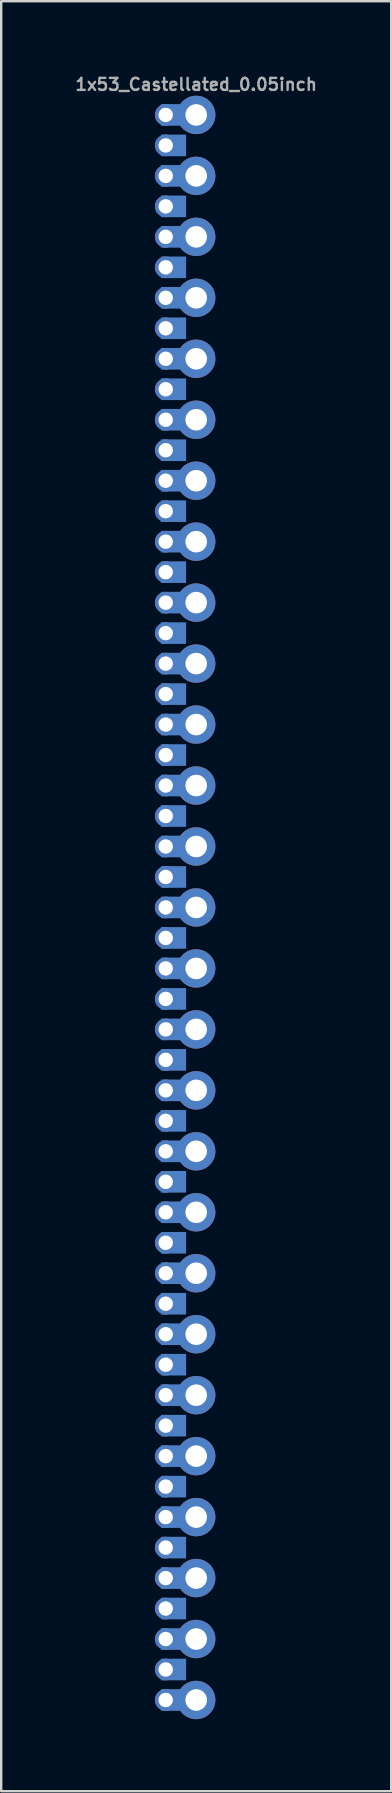
<source format=kicad_pcb>
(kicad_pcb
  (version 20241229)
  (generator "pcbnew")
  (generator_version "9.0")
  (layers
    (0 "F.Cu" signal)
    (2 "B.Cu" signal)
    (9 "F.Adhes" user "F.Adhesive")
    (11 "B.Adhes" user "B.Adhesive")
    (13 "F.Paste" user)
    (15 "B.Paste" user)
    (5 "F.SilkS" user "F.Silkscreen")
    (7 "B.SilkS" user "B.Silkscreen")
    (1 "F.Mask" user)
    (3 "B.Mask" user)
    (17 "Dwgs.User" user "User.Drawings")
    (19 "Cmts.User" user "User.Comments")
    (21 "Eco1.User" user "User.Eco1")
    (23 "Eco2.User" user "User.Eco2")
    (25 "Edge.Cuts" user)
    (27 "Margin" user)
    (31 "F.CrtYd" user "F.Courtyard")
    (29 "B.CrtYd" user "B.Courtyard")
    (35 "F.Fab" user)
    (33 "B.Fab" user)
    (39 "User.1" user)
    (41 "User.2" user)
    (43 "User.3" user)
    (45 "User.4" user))
  (footprint "1x53_Castellated_0.05inch"
    (layer "F.Cu")
    (at 5.124 67.778)
    (property "Reference" "1x53_Castellated_0.05inch" (at 0 -67.31 0) (layer "F.Fab") (effects (font (size 0.5 0.5) (thickness 0.1))))
    (pad "1" thru_hole circle (at -1.27 0) (size 0.9 0.9) (drill 0.6) (property pad_prop_castellated) (layers "*.Cu" "*.Mask") (remove_unused_layers yes) (keep_end_layers yes) (zone_layer_connections))
    (pad "1" smd rect (at -0.945 0) (size 1.05 0.9) (property pad_prop_castellated) (layers "B.Cu" "B.Mask"))
    (pad "1" thru_hole circle (at 0 0 90) (size 1.6 1.6) (drill 0.9) (layers "*.Cu" "F.Mask") (remove_unused_layers yes) (keep_end_layers yes) (zone_layer_connections))
    (pad "2" thru_hole circle (at -1.27 -1.27) (size 0.9 0.9) (drill 0.6) (property pad_prop_castellated) (layers "*.Cu" "*.Mask") (remove_unused_layers yes) (keep_end_layers yes) (zone_layer_connections))
    (pad "2" smd rect (at -0.945 -1.27) (size 1.05 0.9) (property pad_prop_castellated) (layers "B.Cu" "B.Mask"))
    (pad "3" thru_hole circle (at -1.27 -2.54) (size 0.9 0.9) (drill 0.6) (property pad_prop_castellated) (layers "*.Cu" "*.Mask") (remove_unused_layers yes) (keep_end_layers yes) (zone_layer_connections))
    (pad "3" smd rect (at -0.945 -2.54) (size 1.05 0.9) (property pad_prop_castellated) (layers "B.Cu" "B.Mask"))
    (pad "3" thru_hole circle (at 0 -2.54 90) (size 1.6 1.6) (drill 0.9) (layers "*.Cu" "F.Mask") (remove_unused_layers yes) (keep_end_layers yes) (zone_layer_connections))
    (pad "4" thru_hole circle (at -1.27 -3.81) (size 0.9 0.9) (drill 0.6) (property pad_prop_castellated) (layers "*.Cu" "*.Mask") (remove_unused_layers yes) (keep_end_layers yes) (zone_layer_connections))
    (pad "4" smd rect (at -0.945 -3.81) (size 1.05 0.9) (property pad_prop_castellated) (layers "B.Cu" "B.Mask"))
    (pad "5" thru_hole circle (at -1.27 -5.08) (size 0.9 0.9) (drill 0.6) (property pad_prop_castellated) (layers "*.Cu" "*.Mask") (remove_unused_layers yes) (keep_end_layers yes) (zone_layer_connections))
    (pad "5" smd rect (at -0.945 -5.08) (size 1.05 0.9) (property pad_prop_castellated) (layers "B.Cu" "B.Mask"))
    (pad "5" thru_hole circle (at 0 -5.08 90) (size 1.6 1.6) (drill 0.9) (layers "*.Cu" "F.Mask") (remove_unused_layers yes) (keep_end_layers yes) (zone_layer_connections))
    (pad "6" thru_hole circle (at -1.27 -6.35) (size 0.9 0.9) (drill 0.6) (property pad_prop_castellated) (layers "*.Cu" "*.Mask") (remove_unused_layers yes) (keep_end_layers yes) (zone_layer_connections))
    (pad "6" smd rect (at -0.945 -6.35) (size 1.05 0.9) (property pad_prop_castellated) (layers "B.Cu" "B.Mask"))
    (pad "7" thru_hole circle (at -1.27 -7.62) (size 0.9 0.9) (drill 0.6) (property pad_prop_castellated) (layers "*.Cu" "*.Mask") (remove_unused_layers yes) (keep_end_layers yes) (zone_layer_connections))
    (pad "7" smd rect (at -0.945 -7.62) (size 1.05 0.9) (property pad_prop_castellated) (layers "B.Cu" "B.Mask"))
    (pad "7" thru_hole circle (at 0 -7.62 90) (size 1.6 1.6) (drill 0.9) (layers "*.Cu" "F.Mask") (remove_unused_layers yes) (keep_end_layers yes) (zone_layer_connections))
    (pad "8" thru_hole circle (at -1.27 -8.89) (size 0.9 0.9) (drill 0.6) (property pad_prop_castellated) (layers "*.Cu" "*.Mask") (remove_unused_layers yes) (keep_end_layers yes) (zone_layer_connections))
    (pad "8" smd rect (at -0.945 -8.89) (size 1.05 0.9) (property pad_prop_castellated) (layers "B.Cu" "B.Mask"))
    (pad "9" thru_hole circle (at -1.27 -10.16) (size 0.9 0.9) (drill 0.6) (property pad_prop_castellated) (layers "*.Cu" "*.Mask") (remove_unused_layers yes) (keep_end_layers yes) (zone_layer_connections))
    (pad "9" smd rect (at -0.945 -10.16) (size 1.05 0.9) (property pad_prop_castellated) (layers "B.Cu" "B.Mask"))
    (pad "9" thru_hole circle (at 0 -10.16 90) (size 1.6 1.6) (drill 0.9) (layers "*.Cu" "F.Mask") (remove_unused_layers yes) (keep_end_layers yes) (zone_layer_connections))
    (pad "10" thru_hole circle (at -1.27 -11.43) (size 0.9 0.9) (drill 0.6) (property pad_prop_castellated) (layers "*.Cu" "*.Mask") (remove_unused_layers yes) (keep_end_layers yes) (zone_layer_connections))
    (pad "10" smd rect (at -0.945 -11.43) (size 1.05 0.9) (property pad_prop_castellated) (layers "B.Cu" "B.Mask"))
    (pad "11" thru_hole circle (at -1.27 -12.7) (size 0.9 0.9) (drill 0.6) (property pad_prop_castellated) (layers "*.Cu" "*.Mask") (remove_unused_layers yes) (keep_end_layers yes) (zone_layer_connections))
    (pad "11" smd rect (at -0.945 -12.7) (size 1.05 0.9) (property pad_prop_castellated) (layers "B.Cu" "B.Mask"))
    (pad "11" thru_hole circle (at 0 -12.7 90) (size 1.6 1.6) (drill 0.9) (layers "*.Cu" "F.Mask") (remove_unused_layers yes) (keep_end_layers yes) (zone_layer_connections))
    (pad "12" thru_hole circle (at -1.27 -13.97) (size 0.9 0.9) (drill 0.6) (property pad_prop_castellated) (layers "*.Cu" "*.Mask") (remove_unused_layers yes) (keep_end_layers yes) (zone_layer_connections))
    (pad "12" smd rect (at -0.945 -13.97) (size 1.05 0.9) (property pad_prop_castellated) (layers "B.Cu" "B.Mask"))
    (pad "13" thru_hole circle (at -1.27 -15.24) (size 0.9 0.9) (drill 0.6) (property pad_prop_castellated) (layers "*.Cu" "*.Mask") (remove_unused_layers yes) (keep_end_layers yes) (zone_layer_connections))
    (pad "13" smd rect (at -0.945 -15.24) (size 1.05 0.9) (property pad_prop_castellated) (layers "B.Cu" "B.Mask"))
    (pad "13" thru_hole circle (at 0 -15.24 90) (size 1.6 1.6) (drill 0.9) (layers "*.Cu" "F.Mask") (remove_unused_layers yes) (keep_end_layers yes) (zone_layer_connections))
    (pad "14" thru_hole circle (at -1.27 -16.51) (size 0.9 0.9) (drill 0.6) (property pad_prop_castellated) (layers "*.Cu" "*.Mask") (remove_unused_layers yes) (keep_end_layers yes) (zone_layer_connections))
    (pad "14" smd rect (at -0.945 -16.51) (size 1.05 0.9) (property pad_prop_castellated) (layers "B.Cu" "B.Mask"))
    (pad "15" thru_hole circle (at -1.27 -17.78) (size 0.9 0.9) (drill 0.6) (property pad_prop_castellated) (layers "*.Cu" "*.Mask") (remove_unused_layers yes) (keep_end_layers yes) (zone_layer_connections))
    (pad "15" smd rect (at -0.945 -17.78) (size 1.05 0.9) (property pad_prop_castellated) (layers "B.Cu" "B.Mask"))
    (pad "15" thru_hole circle (at 0 -17.78 90) (size 1.6 1.6) (drill 0.9) (layers "*.Cu" "F.Mask") (remove_unused_layers yes) (keep_end_layers yes) (zone_layer_connections))
    (pad "16" thru_hole circle (at -1.27 -19.05) (size 0.9 0.9) (drill 0.6) (property pad_prop_castellated) (layers "*.Cu" "*.Mask") (remove_unused_layers yes) (keep_end_layers yes) (zone_layer_connections))
    (pad "16" smd rect (at -0.945 -19.05) (size 1.05 0.9) (property pad_prop_castellated) (layers "B.Cu" "B.Mask"))
    (pad "17" thru_hole circle (at -1.27 -20.32) (size 0.9 0.9) (drill 0.6) (property pad_prop_castellated) (layers "*.Cu" "*.Mask") (remove_unused_layers yes) (keep_end_layers yes) (zone_layer_connections))
    (pad "17" smd rect (at -0.945 -20.32) (size 1.05 0.9) (property pad_prop_castellated) (layers "B.Cu" "B.Mask"))
    (pad "17" thru_hole circle (at 0 -20.32 90) (size 1.6 1.6) (drill 0.9) (layers "*.Cu" "F.Mask") (remove_unused_layers yes) (keep_end_layers yes) (zone_layer_connections))
    (pad "18" thru_hole circle (at -1.27 -21.59) (size 0.9 0.9) (drill 0.6) (property pad_prop_castellated) (layers "*.Cu" "*.Mask") (remove_unused_layers yes) (keep_end_layers yes) (zone_layer_connections))
    (pad "18" smd rect (at -0.945 -21.59) (size 1.05 0.9) (property pad_prop_castellated) (layers "B.Cu" "B.Mask"))
    (pad "19" thru_hole circle (at -1.27 -22.86) (size 0.9 0.9) (drill 0.6) (property pad_prop_castellated) (layers "*.Cu" "*.Mask") (remove_unused_layers yes) (keep_end_layers yes) (zone_layer_connections))
    (pad "19" smd rect (at -0.945 -22.86) (size 1.05 0.9) (property pad_prop_castellated) (layers "B.Cu" "B.Mask"))
    (pad "19" thru_hole circle (at 0 -22.86 90) (size 1.6 1.6) (drill 0.9) (layers "*.Cu" "F.Mask") (remove_unused_layers yes) (keep_end_layers yes) (zone_layer_connections))
    (pad "20" thru_hole circle (at -1.27 -24.13) (size 0.9 0.9) (drill 0.6) (property pad_prop_castellated) (layers "*.Cu" "*.Mask") (remove_unused_layers yes) (keep_end_layers yes) (zone_layer_connections))
    (pad "20" smd rect (at -0.945 -24.13) (size 1.05 0.9) (property pad_prop_castellated) (layers "B.Cu" "B.Mask"))
    (pad "21" thru_hole circle (at -1.27 -25.4) (size 0.9 0.9) (drill 0.6) (property pad_prop_castellated) (layers "*.Cu" "*.Mask") (remove_unused_layers yes) (keep_end_layers yes) (zone_layer_connections))
    (pad "21" smd rect (at -0.945 -25.4) (size 1.05 0.9) (property pad_prop_castellated) (layers "B.Cu" "B.Mask"))
    (pad "21" thru_hole circle (at 0 -25.4 90) (size 1.6 1.6) (drill 0.9) (layers "*.Cu" "F.Mask") (remove_unused_layers yes) (keep_end_layers yes) (zone_layer_connections))
    (pad "22" thru_hole circle (at -1.27 -26.67) (size 0.9 0.9) (drill 0.6) (property pad_prop_castellated) (layers "*.Cu" "*.Mask") (remove_unused_layers yes) (keep_end_layers yes) (zone_layer_connections))
    (pad "22" smd rect (at -0.945 -26.67) (size 1.05 0.9) (property pad_prop_castellated) (layers "B.Cu" "B.Mask"))
    (pad "23" thru_hole circle (at -1.27 -27.94) (size 0.9 0.9) (drill 0.6) (property pad_prop_castellated) (layers "*.Cu" "*.Mask") (remove_unused_layers yes) (keep_end_layers yes) (zone_layer_connections))
    (pad "23" smd rect (at -0.945 -27.94) (size 1.05 0.9) (property pad_prop_castellated) (layers "B.Cu" "B.Mask"))
    (pad "23" thru_hole circle (at 0 -27.94 90) (size 1.6 1.6) (drill 0.9) (layers "*.Cu" "F.Mask") (remove_unused_layers yes) (keep_end_layers yes) (zone_layer_connections))
    (pad "24" thru_hole circle (at -1.27 -29.21) (size 0.9 0.9) (drill 0.6) (property pad_prop_castellated) (layers "*.Cu" "*.Mask") (remove_unused_layers yes) (keep_end_layers yes) (zone_layer_connections))
    (pad "24" smd rect (at -0.945 -29.21) (size 1.05 0.9) (property pad_prop_castellated) (layers "B.Cu" "B.Mask"))
    (pad "25" thru_hole circle (at -1.27 -30.48) (size 0.9 0.9) (drill 0.6) (property pad_prop_castellated) (layers "*.Cu" "*.Mask") (remove_unused_layers yes) (keep_end_layers yes) (zone_layer_connections))
    (pad "25" smd rect (at -0.945 -30.48) (size 1.05 0.9) (property pad_prop_castellated) (layers "B.Cu" "B.Mask"))
    (pad "25" thru_hole circle (at 0 -30.48 90) (size 1.6 1.6) (drill 0.9) (layers "*.Cu" "F.Mask") (remove_unused_layers yes) (keep_end_layers yes) (zone_layer_connections))
    (pad "26" thru_hole circle (at -1.27 -31.75) (size 0.9 0.9) (drill 0.6) (property pad_prop_castellated) (layers "*.Cu" "*.Mask") (remove_unused_layers yes) (keep_end_layers yes) (zone_layer_connections))
    (pad "26" smd rect (at -0.945 -31.75) (size 1.05 0.9) (property pad_prop_castellated) (layers "B.Cu" "B.Mask"))
    (pad "27" thru_hole circle (at -1.27 -33.02) (size 0.9 0.9) (drill 0.6) (property pad_prop_castellated) (layers "*.Cu" "*.Mask") (remove_unused_layers yes) (keep_end_layers yes) (zone_layer_connections))
    (pad "27" smd rect (at -0.945 -33.02) (size 1.05 0.9) (property pad_prop_castellated) (layers "B.Cu" "B.Mask"))
    (pad "27" thru_hole circle (at 0 -33.02 90) (size 1.6 1.6) (drill 0.9) (layers "*.Cu" "F.Mask") (remove_unused_layers yes) (keep_end_layers yes) (zone_layer_connections))
    (pad "28" thru_hole circle (at -1.27 -34.29) (size 0.9 0.9) (drill 0.6) (property pad_prop_castellated) (layers "*.Cu" "*.Mask") (remove_unused_layers yes) (keep_end_layers yes) (zone_layer_connections))
    (pad "28" smd rect (at -0.945 -34.29) (size 1.05 0.9) (property pad_prop_castellated) (layers "B.Cu" "B.Mask"))
    (pad "29" thru_hole circle (at -1.27 -35.56) (size 0.9 0.9) (drill 0.6) (property pad_prop_castellated) (layers "*.Cu" "*.Mask") (remove_unused_layers yes) (keep_end_layers yes) (zone_layer_connections))
    (pad "29" smd rect (at -0.945 -35.56) (size 1.05 0.9) (property pad_prop_castellated) (layers "B.Cu" "B.Mask"))
    (pad "29" thru_hole circle (at 0 -35.56 90) (size 1.6 1.6) (drill 0.9) (layers "*.Cu" "F.Mask") (remove_unused_layers yes) (keep_end_layers yes) (zone_layer_connections))
    (pad "30" thru_hole circle (at -1.27 -36.83) (size 0.9 0.9) (drill 0.6) (property pad_prop_castellated) (layers "*.Cu" "*.Mask") (remove_unused_layers yes) (keep_end_layers yes) (zone_layer_connections))
    (pad "30" smd rect (at -0.945 -36.83) (size 1.05 0.9) (property pad_prop_castellated) (layers "B.Cu" "B.Mask"))
    (pad "31" thru_hole circle (at -1.27 -38.1) (size 0.9 0.9) (drill 0.6) (property pad_prop_castellated) (layers "*.Cu" "*.Mask") (remove_unused_layers yes) (keep_end_layers yes) (zone_layer_connections))
    (pad "31" smd rect (at -0.945 -38.1) (size 1.05 0.9) (property pad_prop_castellated) (layers "B.Cu" "B.Mask"))
    (pad "31" thru_hole circle (at 0 -38.1 90) (size 1.6 1.6) (drill 0.9) (layers "*.Cu" "F.Mask") (remove_unused_layers yes) (keep_end_layers yes) (zone_layer_connections))
    (pad "32" thru_hole circle (at -1.27 -39.37) (size 0.9 0.9) (drill 0.6) (property pad_prop_castellated) (layers "*.Cu" "*.Mask") (remove_unused_layers yes) (keep_end_layers yes) (zone_layer_connections))
    (pad "32" smd rect (at -0.945 -39.37) (size 1.05 0.9) (property pad_prop_castellated) (layers "B.Cu" "B.Mask"))
    (pad "33" thru_hole circle (at -1.27 -40.64) (size 0.9 0.9) (drill 0.6) (property pad_prop_castellated) (layers "*.Cu" "*.Mask") (remove_unused_layers yes) (keep_end_layers yes) (zone_layer_connections))
    (pad "33" smd rect (at -0.945 -40.64) (size 1.05 0.9) (property pad_prop_castellated) (layers "B.Cu" "B.Mask"))
    (pad "33" thru_hole circle (at 0 -40.64 90) (size 1.6 1.6) (drill 0.9) (layers "*.Cu" "F.Mask") (remove_unused_layers yes) (keep_end_layers yes) (zone_layer_connections))
    (pad "34" thru_hole circle (at -1.27 -41.91) (size 0.9 0.9) (drill 0.6) (property pad_prop_castellated) (layers "*.Cu" "*.Mask") (remove_unused_layers yes) (keep_end_layers yes) (zone_layer_connections))
    (pad "34" smd rect (at -0.945 -41.91) (size 1.05 0.9) (property pad_prop_castellated) (layers "B.Cu" "B.Mask"))
    (pad "35" thru_hole circle (at -1.27 -43.18) (size 0.9 0.9) (drill 0.6) (property pad_prop_castellated) (layers "*.Cu" "*.Mask") (remove_unused_layers yes) (keep_end_layers yes) (zone_layer_connections))
    (pad "35" smd rect (at -0.945 -43.18) (size 1.05 0.9) (property pad_prop_castellated) (layers "B.Cu" "B.Mask"))
    (pad "35" thru_hole circle (at 0 -43.18 90) (size 1.6 1.6) (drill 0.9) (layers "*.Cu" "F.Mask") (remove_unused_layers yes) (keep_end_layers yes) (zone_layer_connections))
    (pad "36" thru_hole circle (at -1.27 -44.45) (size 0.9 0.9) (drill 0.6) (property pad_prop_castellated) (layers "*.Cu" "*.Mask") (remove_unused_layers yes) (keep_end_layers yes) (zone_layer_connections))
    (pad "36" smd rect (at -0.945 -44.45) (size 1.05 0.9) (property pad_prop_castellated) (layers "B.Cu" "B.Mask"))
    (pad "37" thru_hole circle (at -1.27 -45.72) (size 0.9 0.9) (drill 0.6) (property pad_prop_castellated) (layers "*.Cu" "*.Mask") (remove_unused_layers yes) (keep_end_layers yes) (zone_layer_connections))
    (pad "37" smd rect (at -0.945 -45.72) (size 1.05 0.9) (property pad_prop_castellated) (layers "B.Cu" "B.Mask"))
    (pad "37" thru_hole circle (at 0 -45.72 90) (size 1.6 1.6) (drill 0.9) (layers "*.Cu" "F.Mask") (remove_unused_layers yes) (keep_end_layers yes) (zone_layer_connections))
    (pad "38" thru_hole circle (at -1.27 -46.99) (size 0.9 0.9) (drill 0.6) (property pad_prop_castellated) (layers "*.Cu" "*.Mask") (remove_unused_layers yes) (keep_end_layers yes) (zone_layer_connections))
    (pad "38" smd rect (at -0.945 -46.99) (size 1.05 0.9) (property pad_prop_castellated) (layers "B.Cu" "B.Mask"))
    (pad "39" thru_hole circle (at -1.27 -48.26) (size 0.9 0.9) (drill 0.6) (property pad_prop_castellated) (layers "*.Cu" "*.Mask") (remove_unused_layers yes) (keep_end_layers yes) (zone_layer_connections))
    (pad "39" smd rect (at -0.945 -48.26) (size 1.05 0.9) (property pad_prop_castellated) (layers "B.Cu" "B.Mask"))
    (pad "39" thru_hole circle (at 0 -48.26 90) (size 1.6 1.6) (drill 0.9) (layers "*.Cu" "F.Mask") (remove_unused_layers yes) (keep_end_layers yes) (zone_layer_connections))
    (pad "40" thru_hole circle (at -1.27 -49.53) (size 0.9 0.9) (drill 0.6) (property pad_prop_castellated) (layers "*.Cu" "*.Mask") (remove_unused_layers yes) (keep_end_layers yes) (zone_layer_connections))
    (pad "40" smd rect (at -0.945 -49.53) (size 1.05 0.9) (property pad_prop_castellated) (layers "B.Cu" "B.Mask"))
    (pad "41" thru_hole circle (at -1.27 -50.8) (size 0.9 0.9) (drill 0.6) (property pad_prop_castellated) (layers "*.Cu" "*.Mask") (remove_unused_layers yes) (keep_end_layers yes) (zone_layer_connections))
    (pad "41" smd rect (at -0.945 -50.8) (size 1.05 0.9) (property pad_prop_castellated) (layers "B.Cu" "B.Mask"))
    (pad "41" thru_hole circle (at 0 -50.8 90) (size 1.6 1.6) (drill 0.9) (layers "*.Cu" "F.Mask") (remove_unused_layers yes) (keep_end_layers yes) (zone_layer_connections))
    (pad "42" thru_hole circle (at -1.27 -52.07) (size 0.9 0.9) (drill 0.6) (property pad_prop_castellated) (layers "*.Cu" "*.Mask") (remove_unused_layers yes) (keep_end_layers yes) (zone_layer_connections))
    (pad "42" smd rect (at -0.945 -52.07) (size 1.05 0.9) (property pad_prop_castellated) (layers "B.Cu" "B.Mask"))
    (pad "43" thru_hole circle (at -1.27 -53.34) (size 0.9 0.9) (drill 0.6) (property pad_prop_castellated) (layers "*.Cu" "*.Mask") (remove_unused_layers yes) (keep_end_layers yes) (zone_layer_connections))
    (pad "43" smd rect (at -0.945 -53.34) (size 1.05 0.9) (property pad_prop_castellated) (layers "B.Cu" "B.Mask"))
    (pad "43" thru_hole circle (at 0 -53.34 90) (size 1.6 1.6) (drill 0.9) (layers "*.Cu" "F.Mask") (remove_unused_layers yes) (keep_end_layers yes) (zone_layer_connections))
    (pad "44" thru_hole circle (at -1.27 -54.61) (size 0.9 0.9) (drill 0.6) (property pad_prop_castellated) (layers "*.Cu" "*.Mask") (remove_unused_layers yes) (keep_end_layers yes) (zone_layer_connections))
    (pad "44" smd rect (at -0.945 -54.61) (size 1.05 0.9) (property pad_prop_castellated) (layers "B.Cu" "B.Mask"))
    (pad "45" thru_hole circle (at -1.27 -55.88) (size 0.9 0.9) (drill 0.6) (property pad_prop_castellated) (layers "*.Cu" "*.Mask") (remove_unused_layers yes) (keep_end_layers yes) (zone_layer_connections))
    (pad "45" smd rect (at -0.945 -55.88) (size 1.05 0.9) (property pad_prop_castellated) (layers "B.Cu" "B.Mask"))
    (pad "45" thru_hole circle (at 0 -55.88 90) (size 1.6 1.6) (drill 0.9) (layers "*.Cu" "F.Mask") (remove_unused_layers yes) (keep_end_layers yes) (zone_layer_connections))
    (pad "46" thru_hole circle (at -1.27 -57.15) (size 0.9 0.9) (drill 0.6) (property pad_prop_castellated) (layers "*.Cu" "*.Mask") (remove_unused_layers yes) (keep_end_layers yes) (zone_layer_connections))
    (pad "46" smd rect (at -0.945 -57.15) (size 1.05 0.9) (property pad_prop_castellated) (layers "B.Cu" "B.Mask"))
    (pad "47" thru_hole circle (at -1.27 -58.42) (size 0.9 0.9) (drill 0.6) (property pad_prop_castellated) (layers "*.Cu" "*.Mask") (remove_unused_layers yes) (keep_end_layers yes) (zone_layer_connections))
    (pad "47" smd rect (at -0.945 -58.42) (size 1.05 0.9) (property pad_prop_castellated) (layers "B.Cu" "B.Mask"))
    (pad "47" thru_hole circle (at 0 -58.42 90) (size 1.6 1.6) (drill 0.9) (layers "*.Cu" "F.Mask") (remove_unused_layers yes) (keep_end_layers yes) (zone_layer_connections))
    (pad "48" thru_hole circle (at -1.27 -59.69) (size 0.9 0.9) (drill 0.6) (property pad_prop_castellated) (layers "*.Cu" "*.Mask") (remove_unused_layers yes) (keep_end_layers yes) (zone_layer_connections))
    (pad "48" smd rect (at -0.945 -59.69) (size 1.05 0.9) (property pad_prop_castellated) (layers "B.Cu" "B.Mask"))
    (pad "49" thru_hole circle (at -1.27 -60.96) (size 0.9 0.9) (drill 0.6) (property pad_prop_castellated) (layers "*.Cu" "*.Mask") (remove_unused_layers yes) (keep_end_layers yes) (zone_layer_connections))
    (pad "49" smd rect (at -0.945 -60.96) (size 1.05 0.9) (property pad_prop_castellated) (layers "B.Cu" "B.Mask"))
    (pad "49" thru_hole circle (at 0 -60.96 90) (size 1.6 1.6) (drill 0.9) (layers "*.Cu" "F.Mask") (remove_unused_layers yes) (keep_end_layers yes) (zone_layer_connections))
    (pad "50" thru_hole circle (at -1.27 -62.23) (size 0.9 0.9) (drill 0.6) (property pad_prop_castellated) (layers "*.Cu" "*.Mask") (remove_unused_layers yes) (keep_end_layers yes) (zone_layer_connections))
    (pad "50" smd rect (at -0.945 -62.23) (size 1.05 0.9) (property pad_prop_castellated) (layers "B.Cu" "B.Mask"))
    (pad "51" thru_hole circle (at -1.27 -63.5) (size 0.9 0.9) (drill 0.6) (property pad_prop_castellated) (layers "*.Cu" "*.Mask") (remove_unused_layers yes) (keep_end_layers yes) (zone_layer_connections))
    (pad "51" smd rect (at -0.945 -63.5) (size 1.05 0.9) (property pad_prop_castellated) (layers "B.Cu" "B.Mask"))
    (pad "51" thru_hole circle (at 0 -63.5 90) (size 1.6 1.6) (drill 0.9) (layers "*.Cu" "F.Mask") (remove_unused_layers yes) (keep_end_layers yes) (zone_layer_connections))
    (pad "52" thru_hole circle (at -1.27 -64.77) (size 0.9 0.9) (drill 0.6) (property pad_prop_castellated) (layers "*.Cu" "*.Mask") (remove_unused_layers yes) (keep_end_layers yes) (zone_layer_connections))
    (pad "52" smd rect (at -0.945 -64.77) (size 1.05 0.9) (property pad_prop_castellated) (layers "B.Cu" "B.Mask"))
    (pad "53" thru_hole circle (at -1.27 -66.04) (size 0.9 0.9) (drill 0.6) (property pad_prop_castellated) (layers "*.Cu" "*.Mask") (remove_unused_layers yes) (keep_end_layers yes) (zone_layer_connections))
    (pad "53" smd rect (at -0.945 -66.04) (size 1.05 0.9) (property pad_prop_castellated) (layers "B.Cu" "B.Mask"))
    (pad "53" thru_hole circle (at 0 -66.04 90) (size 1.6 1.6) (drill 0.9) (layers "*.Cu" "F.Mask") (remove_unused_layers yes) (keep_end_layers yes) (zone_layer_connections)))
  (gr_rect
    (start -3 -3)
    (end 13.248 71.578)
    (stroke (width 0.1) (type default))
    (fill no)
    (layer "Edge.Cuts")))
</source>
